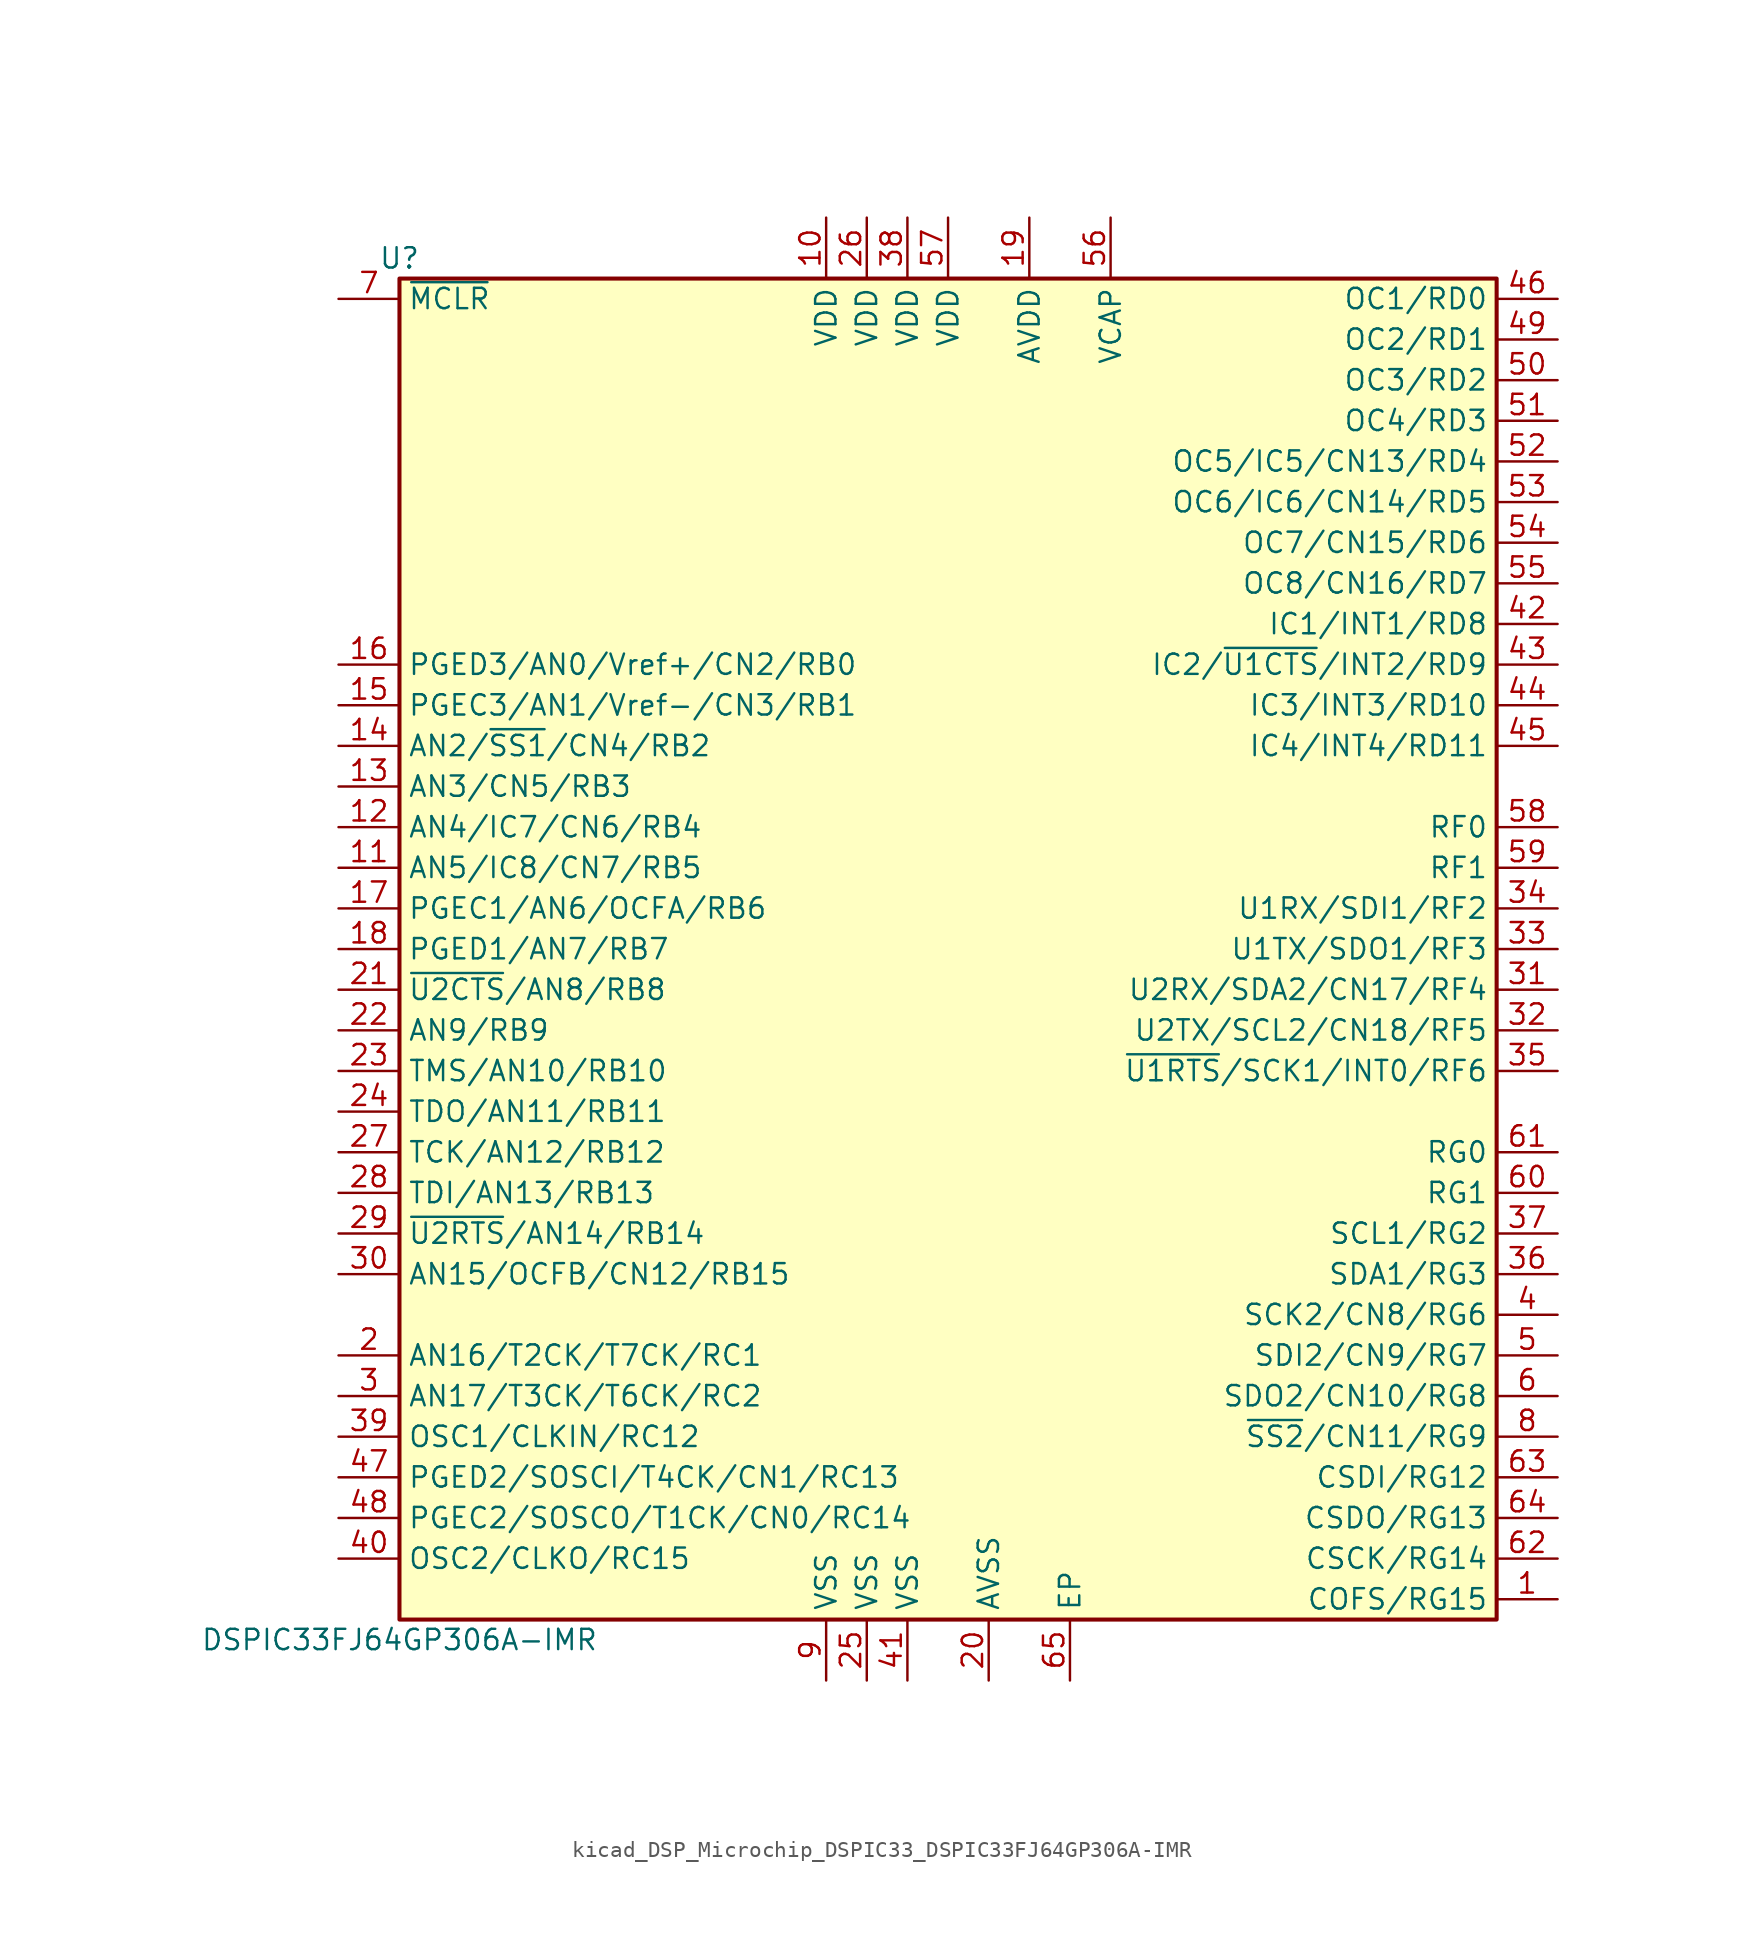
<source format=kicad_sym>
(kicad_symbol_lib
  (version 20220914)
  (generator kicad_symbol_editor)
  (symbol "kicad_DSP_Microchip_DSPIC33_DSPIC33FJ64GP306A-IMR"
    (property "Reference" "U"
      (at -34.29 43.18 0)
      (effects (font (size 1.27 1.27))))
    (property "Value" "DSPIC33FJ64GP306A-IMR"
      (at -34.29 -43.18 0)
      (effects (font (size 1.27 1.27))))
    (symbol "kicad_DSP_Microchip_DSPIC33_DSPIC33FJ64GP306A-IMR_1_1"
      (rectangle (start -34.29 41.91) (end 34.29 -41.91) (stroke (width 0.254) (type default)) (fill (type background)))
      (pin bidirectional line (at 38.1 -40.64 180) (length 3.81) (name "COFS/RG15" (effects (font (size 1.27 1.27)))) (number "1" (effects (font (size 1.27 1.27)))))
      (pin power_in line (at -7.62 45.72 270) (length 3.81) (name "VDD" (effects (font (size 1.27 1.27)))) (number "10" (effects (font (size 1.27 1.27)))))
      (pin input line (at -38.1 5.08 0) (length 3.81) (name "AN5/IC8/CN7/RB5" (effects (font (size 1.27 1.27)))) (number "11" (effects (font (size 1.27 1.27)))))
      (pin input line (at -38.1 7.62 0) (length 3.81) (name "AN4/IC7/CN6/RB4" (effects (font (size 1.27 1.27)))) (number "12" (effects (font (size 1.27 1.27)))))
      (pin bidirectional line (at -38.1 10.16 0) (length 3.81) (name "AN3/CN5/RB3" (effects (font (size 1.27 1.27)))) (number "13" (effects (font (size 1.27 1.27)))))
      (pin bidirectional line (at -38.1 12.7 0) (length 3.81) (name "AN2/~{SS1}/CN4/RB2" (effects (font (size 1.27 1.27)))) (number "14" (effects (font (size 1.27 1.27)))))
      (pin bidirectional line (at -38.1 15.24 0) (length 3.81) (name "PGEC3/AN1/Vref-/CN3/RB1" (effects (font (size 1.27 1.27)))) (number "15" (effects (font (size 1.27 1.27)))))
      (pin bidirectional line (at -38.1 17.78 0) (length 3.81) (name "PGED3/AN0/Vref+/CN2/RB0" (effects (font (size 1.27 1.27)))) (number "16" (effects (font (size 1.27 1.27)))))
      (pin input line (at -38.1 2.54 0) (length 3.81) (name "PGEC1/AN6/OCFA/RB6" (effects (font (size 1.27 1.27)))) (number "17" (effects (font (size 1.27 1.27)))))
      (pin input line (at -38.1 0 0) (length 3.81) (name "PGED1/AN7/RB7" (effects (font (size 1.27 1.27)))) (number "18" (effects (font (size 1.27 1.27)))))
      (pin power_in line (at 5.08 45.72 270) (length 3.81) (name "AVDD" (effects (font (size 1.27 1.27)))) (number "19" (effects (font (size 1.27 1.27)))))
      (pin bidirectional line (at -38.1 -25.4 0) (length 3.81) (name "AN16/T2CK/T7CK/RC1" (effects (font (size 1.27 1.27)))) (number "2" (effects (font (size 1.27 1.27)))))
      (pin power_in line (at 2.54 -45.72 90) (length 3.81) (name "AVSS" (effects (font (size 1.27 1.27)))) (number "20" (effects (font (size 1.27 1.27)))))
      (pin input line (at -38.1 -2.54 0) (length 3.81) (name "~{U2CTS}/AN8/RB8" (effects (font (size 1.27 1.27)))) (number "21" (effects (font (size 1.27 1.27)))))
      (pin bidirectional line (at -38.1 -5.08 0) (length 3.81) (name "AN9/RB9" (effects (font (size 1.27 1.27)))) (number "22" (effects (font (size 1.27 1.27)))))
      (pin bidirectional line (at -38.1 -7.62 0) (length 3.81) (name "TMS/AN10/RB10" (effects (font (size 1.27 1.27)))) (number "23" (effects (font (size 1.27 1.27)))))
      (pin bidirectional line (at -38.1 -10.16 0) (length 3.81) (name "TDO/AN11/RB11" (effects (font (size 1.27 1.27)))) (number "24" (effects (font (size 1.27 1.27)))))
      (pin power_in line (at -5.08 -45.72 90) (length 3.81) (name "VSS" (effects (font (size 1.27 1.27)))) (number "25" (effects (font (size 1.27 1.27)))))
      (pin power_in line (at -5.08 45.72 270) (length 3.81) (name "VDD" (effects (font (size 1.27 1.27)))) (number "26" (effects (font (size 1.27 1.27)))))
      (pin bidirectional line (at -38.1 -12.7 0) (length 3.81) (name "TCK/AN12/RB12" (effects (font (size 1.27 1.27)))) (number "27" (effects (font (size 1.27 1.27)))))
      (pin bidirectional line (at -38.1 -15.24 0) (length 3.81) (name "TDI/AN13/RB13" (effects (font (size 1.27 1.27)))) (number "28" (effects (font (size 1.27 1.27)))))
      (pin bidirectional line (at -38.1 -17.78 0) (length 3.81) (name "~{U2RTS}/AN14/RB14" (effects (font (size 1.27 1.27)))) (number "29" (effects (font (size 1.27 1.27)))))
      (pin bidirectional line (at -38.1 -27.94 0) (length 3.81) (name "AN17/T3CK/T6CK/RC2" (effects (font (size 1.27 1.27)))) (number "3" (effects (font (size 1.27 1.27)))))
      (pin bidirectional line (at -38.1 -20.32 0) (length 3.81) (name "AN15/OCFB/CN12/RB15" (effects (font (size 1.27 1.27)))) (number "30" (effects (font (size 1.27 1.27)))))
      (pin bidirectional line (at 38.1 -2.54 180) (length 3.81) (name "U2RX/SDA2/CN17/RF4" (effects (font (size 1.27 1.27)))) (number "31" (effects (font (size 1.27 1.27)))))
      (pin bidirectional line (at 38.1 -5.08 180) (length 3.81) (name "U2TX/SCL2/CN18/RF5" (effects (font (size 1.27 1.27)))) (number "32" (effects (font (size 1.27 1.27)))))
      (pin bidirectional line (at 38.1 0 180) (length 3.81) (name "U1TX/SDO1/RF3" (effects (font (size 1.27 1.27)))) (number "33" (effects (font (size 1.27 1.27)))))
      (pin bidirectional line (at 38.1 2.54 180) (length 3.81) (name "U1RX/SDI1/RF2" (effects (font (size 1.27 1.27)))) (number "34" (effects (font (size 1.27 1.27)))))
      (pin bidirectional line (at 38.1 -7.62 180) (length 3.81) (name "~{U1RTS}/SCK1/INT0/RF6" (effects (font (size 1.27 1.27)))) (number "35" (effects (font (size 1.27 1.27)))))
      (pin bidirectional line (at 38.1 -20.32 180) (length 3.81) (name "SDA1/RG3" (effects (font (size 1.27 1.27)))) (number "36" (effects (font (size 1.27 1.27)))))
      (pin bidirectional line (at 38.1 -17.78 180) (length 3.81) (name "SCL1/RG2" (effects (font (size 1.27 1.27)))) (number "37" (effects (font (size 1.27 1.27)))))
      (pin power_in line (at -2.54 45.72 270) (length 3.81) (name "VDD" (effects (font (size 1.27 1.27)))) (number "38" (effects (font (size 1.27 1.27)))))
      (pin bidirectional line (at -38.1 -30.48 0) (length 3.81) (name "OSC1/CLKIN/RC12" (effects (font (size 1.27 1.27)))) (number "39" (effects (font (size 1.27 1.27)))))
      (pin bidirectional line (at 38.1 -22.86 180) (length 3.81) (name "SCK2/CN8/RG6" (effects (font (size 1.27 1.27)))) (number "4" (effects (font (size 1.27 1.27)))))
      (pin bidirectional line (at -38.1 -38.1 0) (length 3.81) (name "OSC2/CLKO/RC15" (effects (font (size 1.27 1.27)))) (number "40" (effects (font (size 1.27 1.27)))))
      (pin power_in line (at -2.54 -45.72 90) (length 3.81) (name "VSS" (effects (font (size 1.27 1.27)))) (number "41" (effects (font (size 1.27 1.27)))))
      (pin bidirectional line (at 38.1 20.32 180) (length 3.81) (name "IC1/INT1/RD8" (effects (font (size 1.27 1.27)))) (number "42" (effects (font (size 1.27 1.27)))))
      (pin bidirectional line (at 38.1 17.78 180) (length 3.81) (name "IC2/~{U1CTS}/INT2/RD9" (effects (font (size 1.27 1.27)))) (number "43" (effects (font (size 1.27 1.27)))))
      (pin bidirectional line (at 38.1 15.24 180) (length 3.81) (name "IC3/INT3/RD10" (effects (font (size 1.27 1.27)))) (number "44" (effects (font (size 1.27 1.27)))))
      (pin bidirectional line (at 38.1 12.7 180) (length 3.81) (name "IC4/INT4/RD11" (effects (font (size 1.27 1.27)))) (number "45" (effects (font (size 1.27 1.27)))))
      (pin bidirectional line (at 38.1 40.64 180) (length 3.81) (name "OC1/RD0" (effects (font (size 1.27 1.27)))) (number "46" (effects (font (size 1.27 1.27)))))
      (pin bidirectional line (at -38.1 -33.02 0) (length 3.81) (name "PGED2/SOSCI/T4CK/CN1/RC13" (effects (font (size 1.27 1.27)))) (number "47" (effects (font (size 1.27 1.27)))))
      (pin bidirectional line (at -38.1 -35.56 0) (length 3.81) (name "PGEC2/SOSCO/T1CK/CN0/RC14" (effects (font (size 1.27 1.27)))) (number "48" (effects (font (size 1.27 1.27)))))
      (pin bidirectional line (at 38.1 38.1 180) (length 3.81) (name "OC2/RD1" (effects (font (size 1.27 1.27)))) (number "49" (effects (font (size 1.27 1.27)))))
      (pin bidirectional line (at 38.1 -25.4 180) (length 3.81) (name "SDI2/CN9/RG7" (effects (font (size 1.27 1.27)))) (number "5" (effects (font (size 1.27 1.27)))))
      (pin bidirectional line (at 38.1 35.56 180) (length 3.81) (name "OC3/RD2" (effects (font (size 1.27 1.27)))) (number "50" (effects (font (size 1.27 1.27)))))
      (pin bidirectional line (at 38.1 33.02 180) (length 3.81) (name "OC4/RD3" (effects (font (size 1.27 1.27)))) (number "51" (effects (font (size 1.27 1.27)))))
      (pin bidirectional line (at 38.1 30.48 180) (length 3.81) (name "OC5/IC5/CN13/RD4" (effects (font (size 1.27 1.27)))) (number "52" (effects (font (size 1.27 1.27)))))
      (pin bidirectional line (at 38.1 27.94 180) (length 3.81) (name "OC6/IC6/CN14/RD5" (effects (font (size 1.27 1.27)))) (number "53" (effects (font (size 1.27 1.27)))))
      (pin bidirectional line (at 38.1 25.4 180) (length 3.81) (name "OC7/CN15/RD6" (effects (font (size 1.27 1.27)))) (number "54" (effects (font (size 1.27 1.27)))))
      (pin bidirectional line (at 38.1 22.86 180) (length 3.81) (name "OC8/CN16/RD7" (effects (font (size 1.27 1.27)))) (number "55" (effects (font (size 1.27 1.27)))))
      (pin power_in line (at 10.16 45.72 270) (length 3.81) (name "VCAP" (effects (font (size 1.27 1.27)))) (number "56" (effects (font (size 1.27 1.27)))))
      (pin power_in line (at 0 45.72 270) (length 3.81) (name "VDD" (effects (font (size 1.27 1.27)))) (number "57" (effects (font (size 1.27 1.27)))))
      (pin bidirectional line (at 38.1 7.62 180) (length 3.81) (name "RF0" (effects (font (size 1.27 1.27)))) (number "58" (effects (font (size 1.27 1.27)))))
      (pin bidirectional line (at 38.1 5.08 180) (length 3.81) (name "RF1" (effects (font (size 1.27 1.27)))) (number "59" (effects (font (size 1.27 1.27)))))
      (pin bidirectional line (at 38.1 -27.94 180) (length 3.81) (name "SDO2/CN10/RG8" (effects (font (size 1.27 1.27)))) (number "6" (effects (font (size 1.27 1.27)))))
      (pin bidirectional line (at 38.1 -15.24 180) (length 3.81) (name "RG1" (effects (font (size 1.27 1.27)))) (number "60" (effects (font (size 1.27 1.27)))))
      (pin bidirectional line (at 38.1 -12.7 180) (length 3.81) (name "RG0" (effects (font (size 1.27 1.27)))) (number "61" (effects (font (size 1.27 1.27)))))
      (pin bidirectional line (at 38.1 -38.1 180) (length 3.81) (name "CSCK/RG14" (effects (font (size 1.27 1.27)))) (number "62" (effects (font (size 1.27 1.27)))))
      (pin bidirectional line (at 38.1 -33.02 180) (length 3.81) (name "CSDI/RG12" (effects (font (size 1.27 1.27)))) (number "63" (effects (font (size 1.27 1.27)))))
      (pin bidirectional line (at 38.1 -35.56 180) (length 3.81) (name "CSDO/RG13" (effects (font (size 1.27 1.27)))) (number "64" (effects (font (size 1.27 1.27)))))
      (pin power_in line (at 7.62 -45.72 90) (length 3.81) (name "EP" (effects (font (size 1.27 1.27)))) (number "65" (effects (font (size 1.27 1.27)))))
      (pin input line (at -38.1 40.64 0) (length 3.81) (name "~{MCLR}" (effects (font (size 1.27 1.27)))) (number "7" (effects (font (size 1.27 1.27)))))
      (pin bidirectional line (at 38.1 -30.48 180) (length 3.81) (name "~{SS2}/CN11/RG9" (effects (font (size 1.27 1.27)))) (number "8" (effects (font (size 1.27 1.27)))))
      (pin power_in line (at -7.62 -45.72 90) (length 3.81) (name "VSS" (effects (font (size 1.27 1.27)))) (number "9" (effects (font (size 1.27 1.27))))))))
</source>
